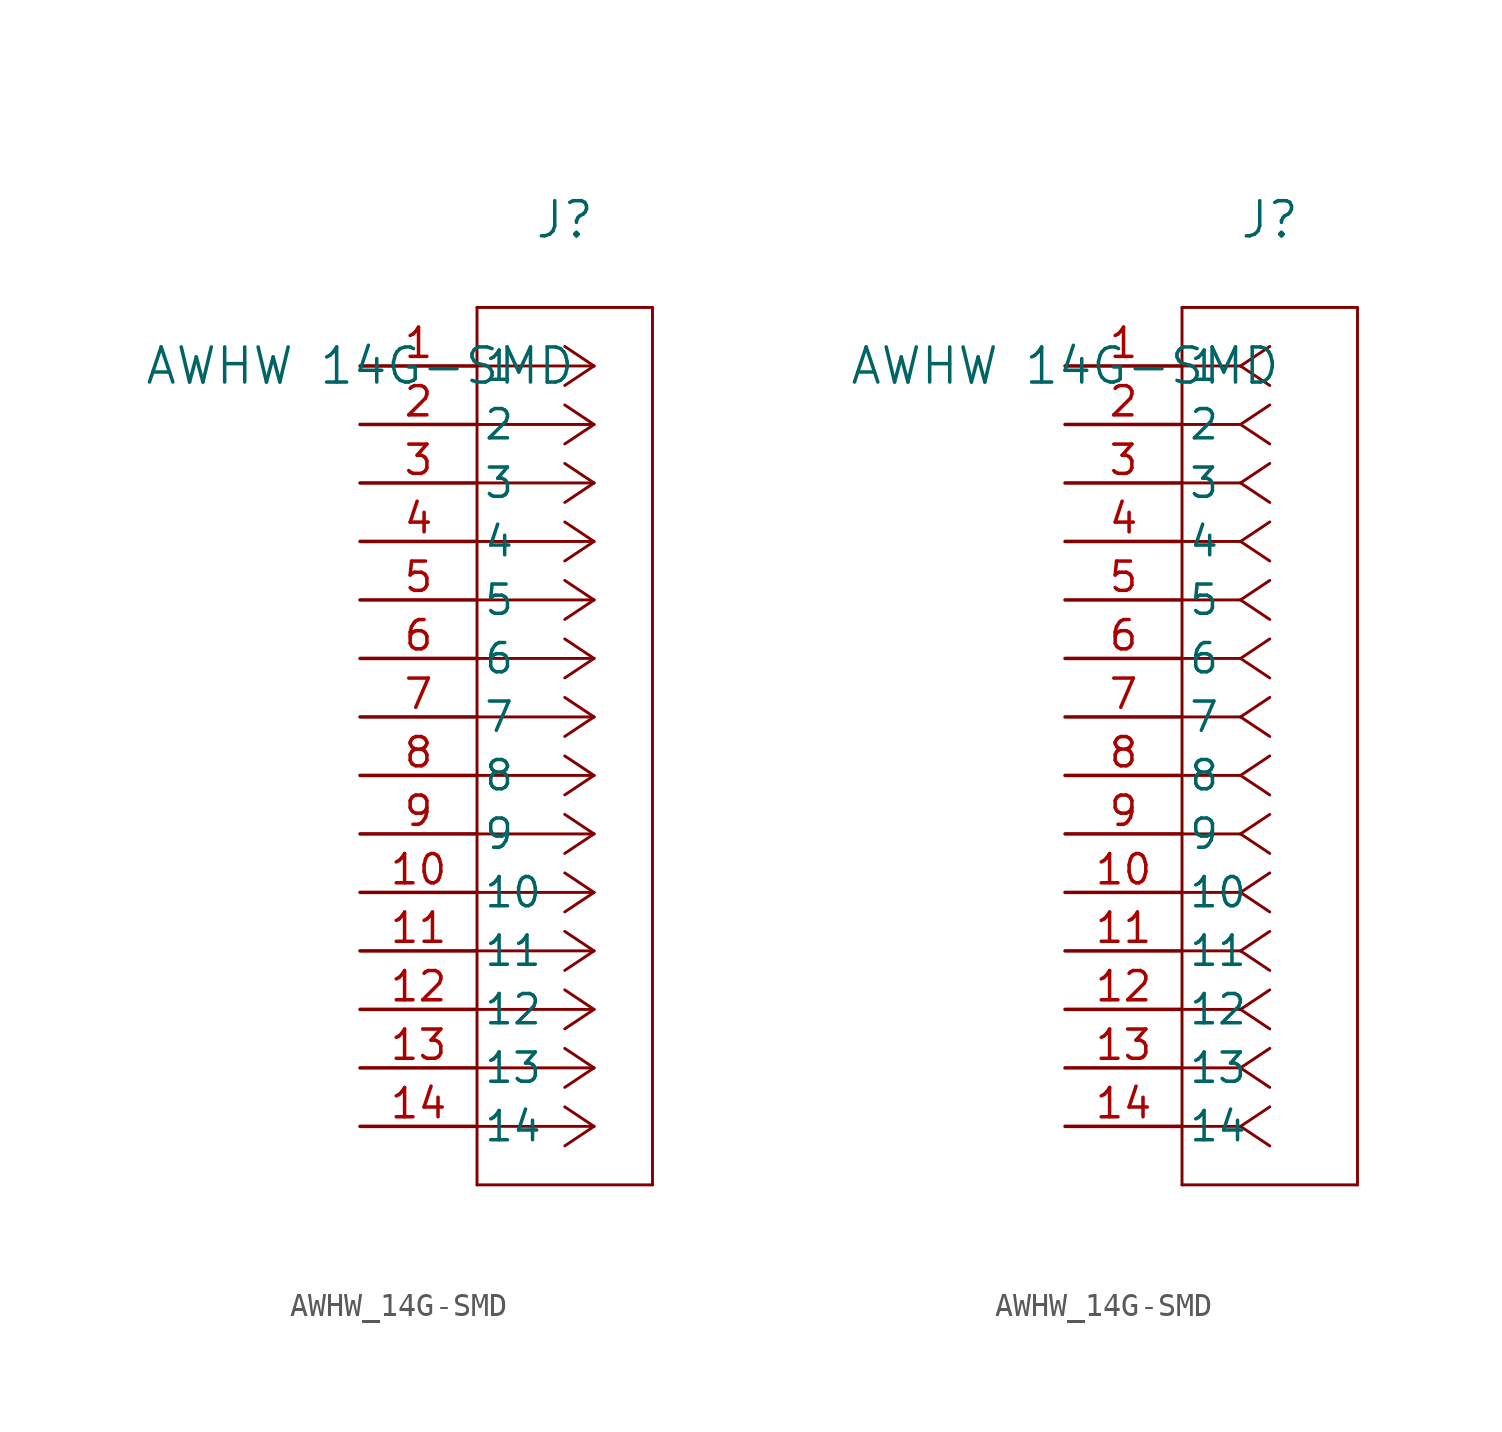
<source format=kicad_sym>
(kicad_symbol_lib
  (version 20211014)
  (generator kicad_symbol_editor)
  (symbol "AWHW_14G-SMD"
    (pin_names
      (offset 0.254))
    (property "Reference" "J"
      (at 8.89 6.35 0)
      (effects (font (size 1.524 1.524))))
    (property "Value" "AWHW 14G-SMD"
      (at 0 0 0)
      (effects (font (size 1.524 1.524))))
    (symbol "AWHW_14G-SMD_1_1"
      (polyline (pts (xy 10.16 0) (xy 5.08 0)) (stroke (width 0.127) (type default) (color 0 0 0 0)) (fill (type none)))
      (polyline (pts (xy 10.16 -2.54) (xy 5.08 -2.54)) (stroke (width 0.127) (type default) (color 0 0 0 0)) (fill (type none)))
      (polyline (pts (xy 10.16 -5.08) (xy 5.08 -5.08)) (stroke (width 0.127) (type default) (color 0 0 0 0)) (fill (type none)))
      (polyline (pts (xy 10.16 -7.62) (xy 5.08 -7.62)) (stroke (width 0.127) (type default) (color 0 0 0 0)) (fill (type none)))
      (polyline (pts (xy 10.16 -10.16) (xy 5.08 -10.16)) (stroke (width 0.127) (type default) (color 0 0 0 0)) (fill (type none)))
      (polyline (pts (xy 10.16 -12.7) (xy 5.08 -12.7)) (stroke (width 0.127) (type default) (color 0 0 0 0)) (fill (type none)))
      (polyline (pts (xy 10.16 -15.24) (xy 5.08 -15.24)) (stroke (width 0.127) (type default) (color 0 0 0 0)) (fill (type none)))
      (polyline (pts (xy 10.16 -17.78) (xy 5.08 -17.78)) (stroke (width 0.127) (type default) (color 0 0 0 0)) (fill (type none)))
      (polyline (pts (xy 10.16 -20.32) (xy 5.08 -20.32)) (stroke (width 0.127) (type default) (color 0 0 0 0)) (fill (type none)))
      (polyline (pts (xy 10.16 -22.86) (xy 5.08 -22.86)) (stroke (width 0.127) (type default) (color 0 0 0 0)) (fill (type none)))
      (polyline (pts (xy 10.16 -25.4) (xy 5.08 -25.4)) (stroke (width 0.127) (type default) (color 0 0 0 0)) (fill (type none)))
      (polyline (pts (xy 10.16 -27.94) (xy 5.08 -27.94)) (stroke (width 0.127) (type default) (color 0 0 0 0)) (fill (type none)))
      (polyline (pts (xy 10.16 -30.48) (xy 5.08 -30.48)) (stroke (width 0.127) (type default) (color 0 0 0 0)) (fill (type none)))
      (polyline (pts (xy 10.16 -33.02) (xy 5.08 -33.02)) (stroke (width 0.127) (type default) (color 0 0 0 0)) (fill (type none)))
      (polyline (pts (xy 10.16 0) (xy 8.89 0.847)) (stroke (width 0.127) (type default) (color 0 0 0 0)) (fill (type none)))
      (polyline (pts (xy 10.16 -2.54) (xy 8.89 -1.693)) (stroke (width 0.127) (type default) (color 0 0 0 0)) (fill (type none)))
      (polyline (pts (xy 10.16 -5.08) (xy 8.89 -4.233)) (stroke (width 0.127) (type default) (color 0 0 0 0)) (fill (type none)))
      (polyline (pts (xy 10.16 -7.62) (xy 8.89 -6.773)) (stroke (width 0.127) (type default) (color 0 0 0 0)) (fill (type none)))
      (polyline (pts (xy 10.16 -10.16) (xy 8.89 -9.313)) (stroke (width 0.127) (type default) (color 0 0 0 0)) (fill (type none)))
      (polyline (pts (xy 10.16 -12.7) (xy 8.89 -11.853)) (stroke (width 0.127) (type default) (color 0 0 0 0)) (fill (type none)))
      (polyline (pts (xy 10.16 -15.24) (xy 8.89 -14.393)) (stroke (width 0.127) (type default) (color 0 0 0 0)) (fill (type none)))
      (polyline (pts (xy 10.16 -17.78) (xy 8.89 -16.933)) (stroke (width 0.127) (type default) (color 0 0 0 0)) (fill (type none)))
      (polyline (pts (xy 10.16 -20.32) (xy 8.89 -19.473)) (stroke (width 0.127) (type default) (color 0 0 0 0)) (fill (type none)))
      (polyline (pts (xy 10.16 -22.86) (xy 8.89 -22.013)) (stroke (width 0.127) (type default) (color 0 0 0 0)) (fill (type none)))
      (polyline (pts (xy 10.16 -25.4) (xy 8.89 -24.553)) (stroke (width 0.127) (type default) (color 0 0 0 0)) (fill (type none)))
      (polyline (pts (xy 10.16 -27.94) (xy 8.89 -27.093)) (stroke (width 0.127) (type default) (color 0 0 0 0)) (fill (type none)))
      (polyline (pts (xy 10.16 -30.48) (xy 8.89 -29.633)) (stroke (width 0.127) (type default) (color 0 0 0 0)) (fill (type none)))
      (polyline (pts (xy 10.16 -33.02) (xy 8.89 -32.173)) (stroke (width 0.127) (type default) (color 0 0 0 0)) (fill (type none)))
      (polyline (pts (xy 10.16 0) (xy 8.89 -0.847)) (stroke (width 0.127) (type default) (color 0 0 0 0)) (fill (type none)))
      (polyline (pts (xy 10.16 -2.54) (xy 8.89 -3.387)) (stroke (width 0.127) (type default) (color 0 0 0 0)) (fill (type none)))
      (polyline (pts (xy 10.16 -5.08) (xy 8.89 -5.927)) (stroke (width 0.127) (type default) (color 0 0 0 0)) (fill (type none)))
      (polyline (pts (xy 10.16 -7.62) (xy 8.89 -8.467)) (stroke (width 0.127) (type default) (color 0 0 0 0)) (fill (type none)))
      (polyline (pts (xy 10.16 -10.16) (xy 8.89 -11.007)) (stroke (width 0.127) (type default) (color 0 0 0 0)) (fill (type none)))
      (polyline (pts (xy 10.16 -12.7) (xy 8.89 -13.547)) (stroke (width 0.127) (type default) (color 0 0 0 0)) (fill (type none)))
      (polyline (pts (xy 10.16 -15.24) (xy 8.89 -16.087)) (stroke (width 0.127) (type default) (color 0 0 0 0)) (fill (type none)))
      (polyline (pts (xy 10.16 -17.78) (xy 8.89 -18.627)) (stroke (width 0.127) (type default) (color 0 0 0 0)) (fill (type none)))
      (polyline (pts (xy 10.16 -20.32) (xy 8.89 -21.167)) (stroke (width 0.127) (type default) (color 0 0 0 0)) (fill (type none)))
      (polyline (pts (xy 10.16 -22.86) (xy 8.89 -23.707)) (stroke (width 0.127) (type default) (color 0 0 0 0)) (fill (type none)))
      (polyline (pts (xy 10.16 -25.4) (xy 8.89 -26.247)) (stroke (width 0.127) (type default) (color 0 0 0 0)) (fill (type none)))
      (polyline (pts (xy 10.16 -27.94) (xy 8.89 -28.787)) (stroke (width 0.127) (type default) (color 0 0 0 0)) (fill (type none)))
      (polyline (pts (xy 10.16 -30.48) (xy 8.89 -31.327)) (stroke (width 0.127) (type default) (color 0 0 0 0)) (fill (type none)))
      (polyline (pts (xy 10.16 -33.02) (xy 8.89 -33.867)) (stroke (width 0.127) (type default) (color 0 0 0 0)) (fill (type none)))
      (polyline (pts (xy 5.08 2.54) (xy 5.08 -35.56)) (stroke (width 0.127) (type default) (color 0 0 0 0)) (fill (type none)))
      (polyline (pts (xy 5.08 -35.56) (xy 12.7 -35.56)) (stroke (width 0.127) (type default) (color 0 0 0 0)) (fill (type none)))
      (polyline (pts (xy 12.7 -35.56) (xy 12.7 2.54)) (stroke (width 0.127) (type default) (color 0 0 0 0)) (fill (type none)))
      (polyline (pts (xy 12.7 2.54) (xy 5.08 2.54)) (stroke (width 0.127) (type default) (color 0 0 0 0)) (fill (type none)))
      (pin unspecified line (at 0 0 0) (length 5.08) (name "1" (effects (font (size 1.27 1.27)))) (number "1" (effects (font (size 1.27 1.27)))))
      (pin unspecified line (at 0 -2.54 0) (length 5.08) (name "2" (effects (font (size 1.27 1.27)))) (number "2" (effects (font (size 1.27 1.27)))))
      (pin unspecified line (at 0 -5.08 0) (length 5.08) (name "3" (effects (font (size 1.27 1.27)))) (number "3" (effects (font (size 1.27 1.27)))))
      (pin unspecified line (at 0 -7.62 0) (length 5.08) (name "4" (effects (font (size 1.27 1.27)))) (number "4" (effects (font (size 1.27 1.27)))))
      (pin unspecified line (at 0 -10.16 0) (length 5.08) (name "5" (effects (font (size 1.27 1.27)))) (number "5" (effects (font (size 1.27 1.27)))))
      (pin unspecified line (at 0 -12.7 0) (length 5.08) (name "6" (effects (font (size 1.27 1.27)))) (number "6" (effects (font (size 1.27 1.27)))))
      (pin unspecified line (at 0 -15.24 0) (length 5.08) (name "7" (effects (font (size 1.27 1.27)))) (number "7" (effects (font (size 1.27 1.27)))))
      (pin unspecified line (at 0 -17.78 0) (length 5.08) (name "8" (effects (font (size 1.27 1.27)))) (number "8" (effects (font (size 1.27 1.27)))))
      (pin unspecified line (at 0 -20.32 0) (length 5.08) (name "9" (effects (font (size 1.27 1.27)))) (number "9" (effects (font (size 1.27 1.27)))))
      (pin unspecified line (at 0 -22.86 0) (length 5.08) (name "10" (effects (font (size 1.27 1.27)))) (number "10" (effects (font (size 1.27 1.27)))))
      (pin unspecified line (at 0 -25.4 0) (length 5.08) (name "11" (effects (font (size 1.27 1.27)))) (number "11" (effects (font (size 1.27 1.27)))))
      (pin unspecified line (at 0 -27.94 0) (length 5.08) (name "12" (effects (font (size 1.27 1.27)))) (number "12" (effects (font (size 1.27 1.27)))))
      (pin unspecified line (at 0 -30.48 0) (length 5.08) (name "13" (effects (font (size 1.27 1.27)))) (number "13" (effects (font (size 1.27 1.27)))))
      (pin unspecified line (at 0 -33.02 0) (length 5.08) (name "14" (effects (font (size 1.27 1.27)))) (number "14" (effects (font (size 1.27 1.27))))))
    (symbol "AWHW_14G-SMD_1_2"
      (polyline (pts (xy 7.62 0) (xy 5.08 0)) (stroke (width 0.127) (type default) (color 0 0 0 0)) (fill (type none)))
      (polyline (pts (xy 7.62 -2.54) (xy 5.08 -2.54)) (stroke (width 0.127) (type default) (color 0 0 0 0)) (fill (type none)))
      (polyline (pts (xy 7.62 -5.08) (xy 5.08 -5.08)) (stroke (width 0.127) (type default) (color 0 0 0 0)) (fill (type none)))
      (polyline (pts (xy 7.62 -7.62) (xy 5.08 -7.62)) (stroke (width 0.127) (type default) (color 0 0 0 0)) (fill (type none)))
      (polyline (pts (xy 7.62 -10.16) (xy 5.08 -10.16)) (stroke (width 0.127) (type default) (color 0 0 0 0)) (fill (type none)))
      (polyline (pts (xy 7.62 -12.7) (xy 5.08 -12.7)) (stroke (width 0.127) (type default) (color 0 0 0 0)) (fill (type none)))
      (polyline (pts (xy 7.62 -15.24) (xy 5.08 -15.24)) (stroke (width 0.127) (type default) (color 0 0 0 0)) (fill (type none)))
      (polyline (pts (xy 7.62 -17.78) (xy 5.08 -17.78)) (stroke (width 0.127) (type default) (color 0 0 0 0)) (fill (type none)))
      (polyline (pts (xy 7.62 -20.32) (xy 5.08 -20.32)) (stroke (width 0.127) (type default) (color 0 0 0 0)) (fill (type none)))
      (polyline (pts (xy 7.62 -22.86) (xy 5.08 -22.86)) (stroke (width 0.127) (type default) (color 0 0 0 0)) (fill (type none)))
      (polyline (pts (xy 7.62 -25.4) (xy 5.08 -25.4)) (stroke (width 0.127) (type default) (color 0 0 0 0)) (fill (type none)))
      (polyline (pts (xy 7.62 -27.94) (xy 5.08 -27.94)) (stroke (width 0.127) (type default) (color 0 0 0 0)) (fill (type none)))
      (polyline (pts (xy 7.62 -30.48) (xy 5.08 -30.48)) (stroke (width 0.127) (type default) (color 0 0 0 0)) (fill (type none)))
      (polyline (pts (xy 7.62 -33.02) (xy 5.08 -33.02)) (stroke (width 0.127) (type default) (color 0 0 0 0)) (fill (type none)))
      (polyline (pts (xy 7.62 0) (xy 8.89 0.847)) (stroke (width 0.127) (type default) (color 0 0 0 0)) (fill (type none)))
      (polyline (pts (xy 7.62 -2.54) (xy 8.89 -1.693)) (stroke (width 0.127) (type default) (color 0 0 0 0)) (fill (type none)))
      (polyline (pts (xy 7.62 -5.08) (xy 8.89 -4.233)) (stroke (width 0.127) (type default) (color 0 0 0 0)) (fill (type none)))
      (polyline (pts (xy 7.62 -7.62) (xy 8.89 -6.773)) (stroke (width 0.127) (type default) (color 0 0 0 0)) (fill (type none)))
      (polyline (pts (xy 7.62 -10.16) (xy 8.89 -9.313)) (stroke (width 0.127) (type default) (color 0 0 0 0)) (fill (type none)))
      (polyline (pts (xy 7.62 -12.7) (xy 8.89 -11.853)) (stroke (width 0.127) (type default) (color 0 0 0 0)) (fill (type none)))
      (polyline (pts (xy 7.62 -15.24) (xy 8.89 -14.393)) (stroke (width 0.127) (type default) (color 0 0 0 0)) (fill (type none)))
      (polyline (pts (xy 7.62 -17.78) (xy 8.89 -16.933)) (stroke (width 0.127) (type default) (color 0 0 0 0)) (fill (type none)))
      (polyline (pts (xy 7.62 -20.32) (xy 8.89 -19.473)) (stroke (width 0.127) (type default) (color 0 0 0 0)) (fill (type none)))
      (polyline (pts (xy 7.62 -22.86) (xy 8.89 -22.013)) (stroke (width 0.127) (type default) (color 0 0 0 0)) (fill (type none)))
      (polyline (pts (xy 7.62 -25.4) (xy 8.89 -24.553)) (stroke (width 0.127) (type default) (color 0 0 0 0)) (fill (type none)))
      (polyline (pts (xy 7.62 -27.94) (xy 8.89 -27.093)) (stroke (width 0.127) (type default) (color 0 0 0 0)) (fill (type none)))
      (polyline (pts (xy 7.62 -30.48) (xy 8.89 -29.633)) (stroke (width 0.127) (type default) (color 0 0 0 0)) (fill (type none)))
      (polyline (pts (xy 7.62 -33.02) (xy 8.89 -32.173)) (stroke (width 0.127) (type default) (color 0 0 0 0)) (fill (type none)))
      (polyline (pts (xy 7.62 0) (xy 8.89 -0.847)) (stroke (width 0.127) (type default) (color 0 0 0 0)) (fill (type none)))
      (polyline (pts (xy 7.62 -2.54) (xy 8.89 -3.387)) (stroke (width 0.127) (type default) (color 0 0 0 0)) (fill (type none)))
      (polyline (pts (xy 7.62 -5.08) (xy 8.89 -5.927)) (stroke (width 0.127) (type default) (color 0 0 0 0)) (fill (type none)))
      (polyline (pts (xy 7.62 -7.62) (xy 8.89 -8.467)) (stroke (width 0.127) (type default) (color 0 0 0 0)) (fill (type none)))
      (polyline (pts (xy 7.62 -10.16) (xy 8.89 -11.007)) (stroke (width 0.127) (type default) (color 0 0 0 0)) (fill (type none)))
      (polyline (pts (xy 7.62 -12.7) (xy 8.89 -13.547)) (stroke (width 0.127) (type default) (color 0 0 0 0)) (fill (type none)))
      (polyline (pts (xy 7.62 -15.24) (xy 8.89 -16.087)) (stroke (width 0.127) (type default) (color 0 0 0 0)) (fill (type none)))
      (polyline (pts (xy 7.62 -17.78) (xy 8.89 -18.627)) (stroke (width 0.127) (type default) (color 0 0 0 0)) (fill (type none)))
      (polyline (pts (xy 7.62 -20.32) (xy 8.89 -21.167)) (stroke (width 0.127) (type default) (color 0 0 0 0)) (fill (type none)))
      (polyline (pts (xy 7.62 -22.86) (xy 8.89 -23.707)) (stroke (width 0.127) (type default) (color 0 0 0 0)) (fill (type none)))
      (polyline (pts (xy 7.62 -25.4) (xy 8.89 -26.247)) (stroke (width 0.127) (type default) (color 0 0 0 0)) (fill (type none)))
      (polyline (pts (xy 7.62 -27.94) (xy 8.89 -28.787)) (stroke (width 0.127) (type default) (color 0 0 0 0)) (fill (type none)))
      (polyline (pts (xy 7.62 -30.48) (xy 8.89 -31.327)) (stroke (width 0.127) (type default) (color 0 0 0 0)) (fill (type none)))
      (polyline (pts (xy 7.62 -33.02) (xy 8.89 -33.867)) (stroke (width 0.127) (type default) (color 0 0 0 0)) (fill (type none)))
      (polyline (pts (xy 5.08 2.54) (xy 5.08 -35.56)) (stroke (width 0.127) (type default) (color 0 0 0 0)) (fill (type none)))
      (polyline (pts (xy 5.08 -35.56) (xy 12.7 -35.56)) (stroke (width 0.127) (type default) (color 0 0 0 0)) (fill (type none)))
      (polyline (pts (xy 12.7 -35.56) (xy 12.7 2.54)) (stroke (width 0.127) (type default) (color 0 0 0 0)) (fill (type none)))
      (polyline (pts (xy 12.7 2.54) (xy 5.08 2.54)) (stroke (width 0.127) (type default) (color 0 0 0 0)) (fill (type none)))
      (pin unspecified line (at 0 0 0) (length 5.08) (name "1" (effects (font (size 1.27 1.27)))) (number "1" (effects (font (size 1.27 1.27)))))
      (pin unspecified line (at 0 -2.54 0) (length 5.08) (name "2" (effects (font (size 1.27 1.27)))) (number "2" (effects (font (size 1.27 1.27)))))
      (pin unspecified line (at 0 -5.08 0) (length 5.08) (name "3" (effects (font (size 1.27 1.27)))) (number "3" (effects (font (size 1.27 1.27)))))
      (pin unspecified line (at 0 -7.62 0) (length 5.08) (name "4" (effects (font (size 1.27 1.27)))) (number "4" (effects (font (size 1.27 1.27)))))
      (pin unspecified line (at 0 -10.16 0) (length 5.08) (name "5" (effects (font (size 1.27 1.27)))) (number "5" (effects (font (size 1.27 1.27)))))
      (pin unspecified line (at 0 -12.7 0) (length 5.08) (name "6" (effects (font (size 1.27 1.27)))) (number "6" (effects (font (size 1.27 1.27)))))
      (pin unspecified line (at 0 -15.24 0) (length 5.08) (name "7" (effects (font (size 1.27 1.27)))) (number "7" (effects (font (size 1.27 1.27)))))
      (pin unspecified line (at 0 -17.78 0) (length 5.08) (name "8" (effects (font (size 1.27 1.27)))) (number "8" (effects (font (size 1.27 1.27)))))
      (pin unspecified line (at 0 -20.32 0) (length 5.08) (name "9" (effects (font (size 1.27 1.27)))) (number "9" (effects (font (size 1.27 1.27)))))
      (pin unspecified line (at 0 -22.86 0) (length 5.08) (name "10" (effects (font (size 1.27 1.27)))) (number "10" (effects (font (size 1.27 1.27)))))
      (pin unspecified line (at 0 -25.4 0) (length 5.08) (name "11" (effects (font (size 1.27 1.27)))) (number "11" (effects (font (size 1.27 1.27)))))
      (pin unspecified line (at 0 -27.94 0) (length 5.08) (name "12" (effects (font (size 1.27 1.27)))) (number "12" (effects (font (size 1.27 1.27)))))
      (pin unspecified line (at 0 -30.48 0) (length 5.08) (name "13" (effects (font (size 1.27 1.27)))) (number "13" (effects (font (size 1.27 1.27)))))
      (pin unspecified line (at 0 -33.02 0) (length 5.08) (name "14" (effects (font (size 1.27 1.27)))) (number "14" (effects (font (size 1.27 1.27))))))))
</source>
